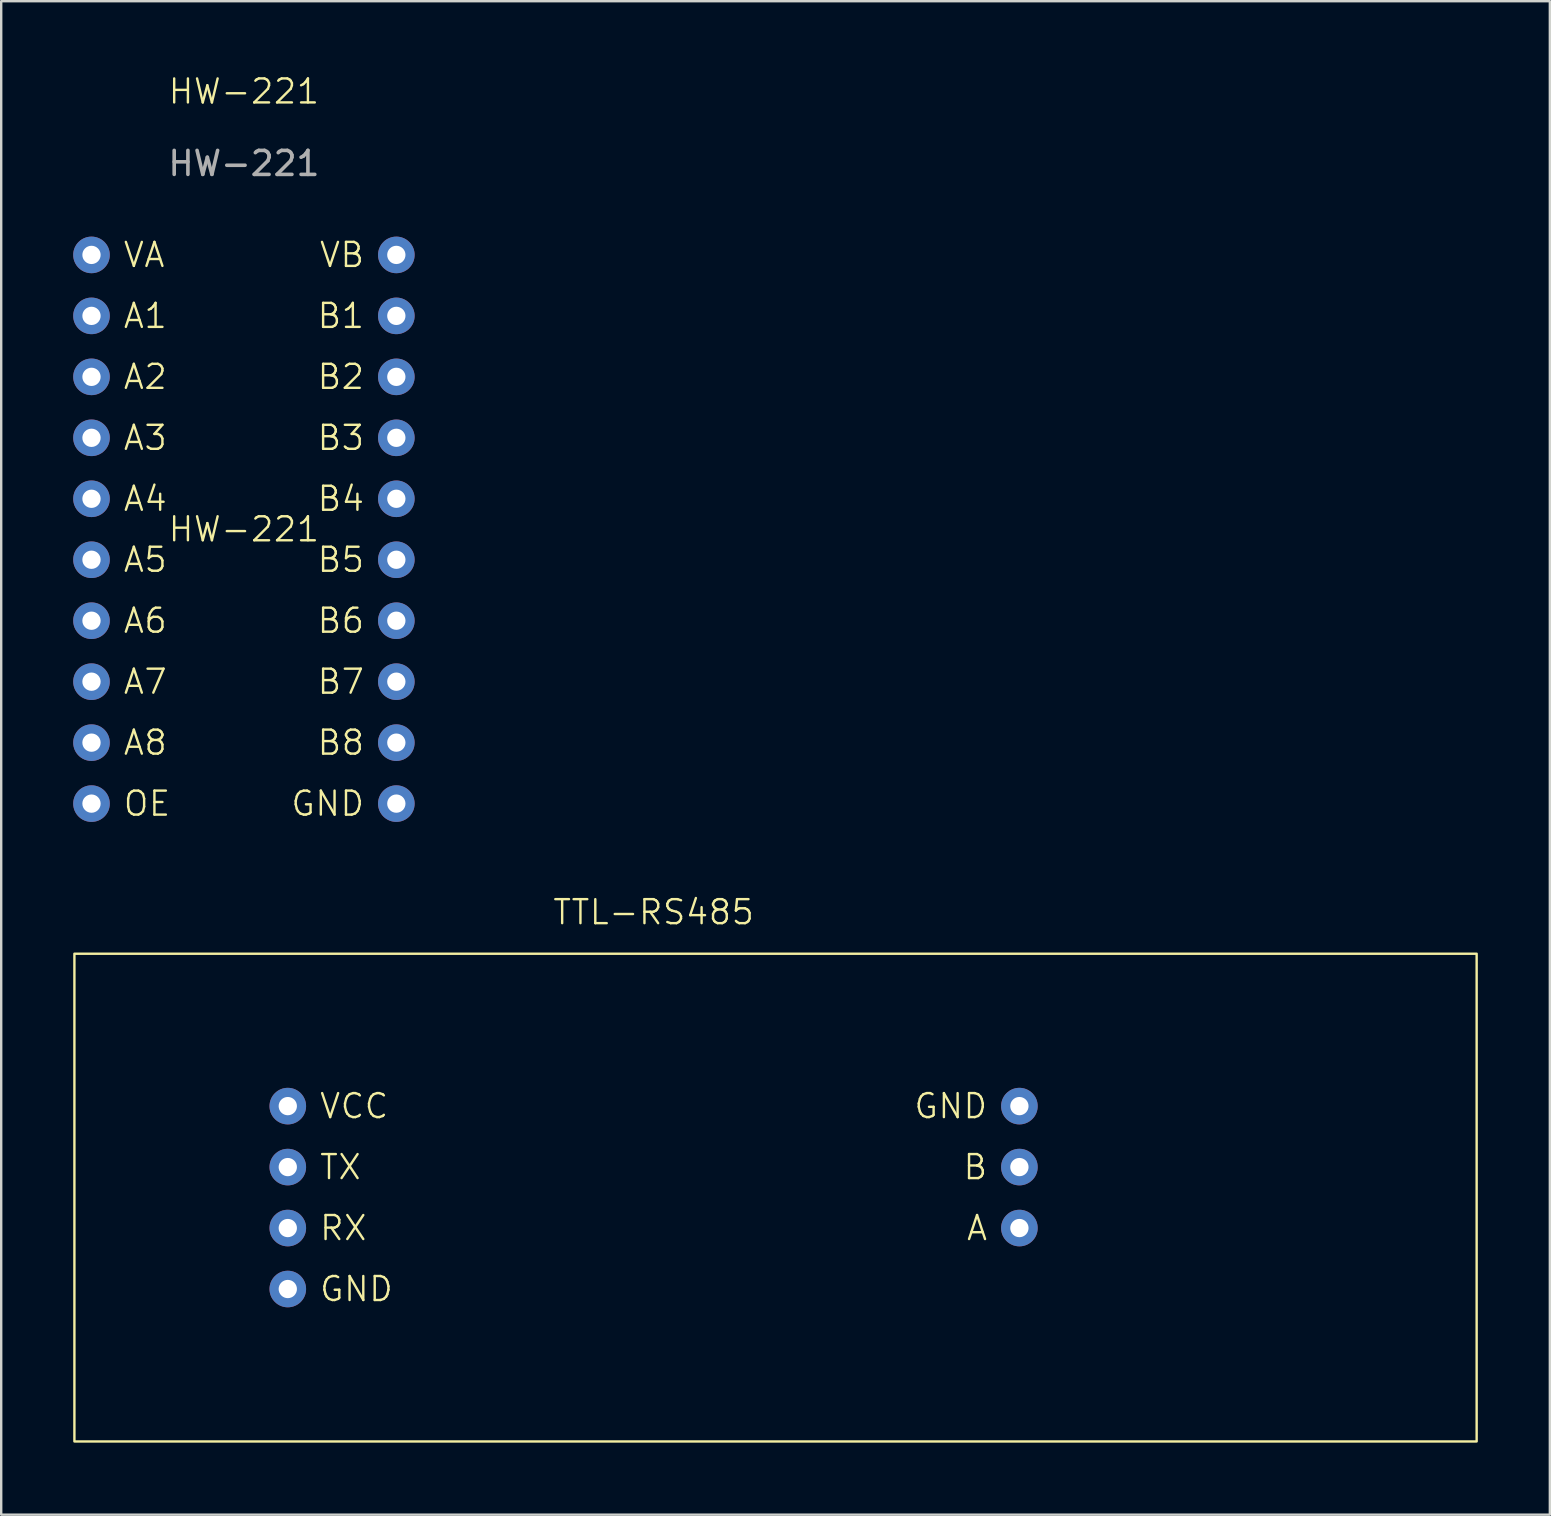
<source format=kicad_pcb>
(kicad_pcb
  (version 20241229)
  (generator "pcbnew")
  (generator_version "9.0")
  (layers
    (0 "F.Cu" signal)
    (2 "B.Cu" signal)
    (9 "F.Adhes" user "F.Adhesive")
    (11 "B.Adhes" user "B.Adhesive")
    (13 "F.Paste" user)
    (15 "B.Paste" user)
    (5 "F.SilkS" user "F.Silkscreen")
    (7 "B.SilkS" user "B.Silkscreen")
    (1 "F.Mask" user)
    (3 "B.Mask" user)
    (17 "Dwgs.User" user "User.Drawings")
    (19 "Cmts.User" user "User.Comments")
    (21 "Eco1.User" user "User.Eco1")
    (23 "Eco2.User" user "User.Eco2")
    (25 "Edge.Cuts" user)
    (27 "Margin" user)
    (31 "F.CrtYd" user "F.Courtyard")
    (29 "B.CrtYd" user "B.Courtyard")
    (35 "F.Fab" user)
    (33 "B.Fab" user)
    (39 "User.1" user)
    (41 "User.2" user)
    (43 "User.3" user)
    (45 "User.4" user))
  (footprint "HW-221"
    (layer "F.Cu")
    (at 7.112 19)
    (property "Reference" "HW-221" (at 0 -18.24 0) (unlocked yes) (layer "F.SilkS") (effects (font (size 1 1) (thickness 0.1))))
    (attr through_hole)
    (fp_text user "B1" (at 5.08 -8.89 0) (unlocked yes) (layer "F.SilkS") (effects (font (size 1 1) (thickness 0.1)) (justify right)))
    (fp_text user "B7" (at 5.08 6.35 0) (unlocked yes) (layer "F.SilkS") (effects (font (size 1 1) (thickness 0.1)) (justify right)))
    (fp_text user "A6" (at -5.08 3.81 0) (unlocked yes) (layer "F.SilkS") (effects (font (size 1 1) (thickness 0.1)) (justify left)))
    (fp_text user "B2" (at 5.08 -6.35 0) (unlocked yes) (layer "F.SilkS") (effects (font (size 1 1) (thickness 0.1)) (justify right)))
    (fp_text user "B6" (at 5.08 3.81 0) (unlocked yes) (layer "F.SilkS") (effects (font (size 1 1) (thickness 0.1)) (justify right)))
    (fp_text user "VB" (at 5.08 -11.43 0) (unlocked yes) (layer "F.SilkS") (effects (font (size 1 1) (thickness 0.1)) (justify right)))
    (fp_text user "A5" (at -5.08 1.27 0) (unlocked yes) (layer "F.SilkS") (effects (font (size 1 1) (thickness 0.1)) (justify left)))
    (fp_text user "VA" (at -5.08 -11.43 0) (unlocked yes) (layer "F.SilkS") (effects (font (size 1 1) (thickness 0.1)) (justify left)))
    (fp_text user "A3" (at -5.08 -3.81 0) (unlocked yes) (layer "F.SilkS") (effects (font (size 1 1) (thickness 0.1)) (justify left)))
    (fp_text user "OE" (at -5.08 11.43 0) (unlocked yes) (layer "F.SilkS") (effects (font (size 1 1) (thickness 0.1)) (justify left)))
    (fp_text user "A8" (at -5.08 8.89 0) (unlocked yes) (layer "F.SilkS") (effects (font (size 1 1) (thickness 0.1)) (justify left)))
    (fp_text user "A2" (at -5.08 -6.35 0) (unlocked yes) (layer "F.SilkS") (effects (font (size 1 1) (thickness 0.1)) (justify left)))
    (fp_text user "B3" (at 5.08 -3.81 0) (unlocked yes) (layer "F.SilkS") (effects (font (size 1 1) (thickness 0.1)) (justify right)))
    (fp_text user "HW-221" (at 0 0 0) (unlocked yes) (layer "F.SilkS") (effects (font (size 1 1) (thickness 0.1))))
    (fp_text user "A4" (at -5.08 -1.27 0) (unlocked yes) (layer "F.SilkS") (effects (font (size 1 1) (thickness 0.1)) (justify left)))
    (fp_text user "B5" (at 5.08 1.27 0) (unlocked yes) (layer "F.SilkS") (effects (font (size 1 1) (thickness 0.1)) (justify right)))
    (fp_text user "A1" (at -5.08 -8.89 0) (unlocked yes) (layer "F.SilkS") (effects (font (size 1 1) (thickness 0.1)) (justify left)))
    (fp_text user "GND" (at 5.08 11.43 0) (unlocked yes) (layer "F.SilkS") (effects (font (size 1 1) (thickness 0.1)) (justify right)))
    (fp_text user "B4" (at 5.08 -1.27 0) (unlocked yes) (layer "F.SilkS") (effects (font (size 1 1) (thickness 0.1)) (justify right)))
    (fp_text user "A7" (at -5.08 6.35 0) (unlocked yes) (layer "F.SilkS") (effects (font (size 1 1) (thickness 0.1)) (justify left)))
    (fp_text user "B8" (at 5.08 8.89 0) (unlocked yes) (layer "F.SilkS") (effects (font (size 1 1) (thickness 0.1)) (justify right)))
    (fp_text user "${REFERENCE}" (at 0 -15.24 0) (unlocked yes) (layer "F.Fab") (effects (font (size 1 1) (thickness 0.15))))
    (pad "1" thru_hole circle (at -6.35 -11.43) (size 1.524 1.524) (drill 0.762) (layers "*.Cu" "*.Mask"))
    (pad "2" thru_hole circle (at -6.35 -8.89) (size 1.524 1.524) (drill 0.762) (layers "*.Cu" "*.Mask"))
    (pad "3" thru_hole circle (at -6.35 -6.35) (size 1.524 1.524) (drill 0.762) (layers "*.Cu" "*.Mask"))
    (pad "4" thru_hole circle (at -6.35 -3.81) (size 1.524 1.524) (drill 0.762) (layers "*.Cu" "*.Mask"))
    (pad "5" thru_hole circle (at -6.35 -1.27) (size 1.524 1.524) (drill 0.762) (layers "*.Cu" "*.Mask"))
    (pad "6" thru_hole circle (at -6.35 1.27) (size 1.524 1.524) (drill 0.762) (layers "*.Cu" "*.Mask"))
    (pad "7" thru_hole circle (at -6.35 3.81) (size 1.524 1.524) (drill 0.762) (layers "*.Cu" "*.Mask"))
    (pad "8" thru_hole circle (at -6.35 6.35) (size 1.524 1.524) (drill 0.762) (layers "*.Cu" "*.Mask"))
    (pad "9" thru_hole circle (at -6.35 8.89) (size 1.524 1.524) (drill 0.762) (layers "*.Cu" "*.Mask"))
    (pad "10" thru_hole circle (at -6.35 11.43) (size 1.524 1.524) (drill 0.762) (layers "*.Cu" "*.Mask"))
    (pad "11" thru_hole circle (at 6.35 -11.43) (size 1.524 1.524) (drill 0.762) (layers "*.Cu" "*.Mask"))
    (pad "12" thru_hole circle (at 6.35 -8.89) (size 1.524 1.524) (drill 0.762) (layers "*.Cu" "*.Mask"))
    (pad "13" thru_hole circle (at 6.35 -6.35) (size 1.524 1.524) (drill 0.762) (layers "*.Cu" "*.Mask"))
    (pad "14" thru_hole circle (at 6.35 -3.81) (size 1.524 1.524) (drill 0.762) (layers "*.Cu" "*.Mask"))
    (pad "15" thru_hole circle (at 6.35 -1.27) (size 1.524 1.524) (drill 0.762) (layers "*.Cu" "*.Mask"))
    (pad "16" thru_hole circle (at 6.35 1.27) (size 1.524 1.524) (drill 0.762) (layers "*.Cu" "*.Mask"))
    (pad "17" thru_hole circle (at 6.35 3.81) (size 1.524 1.524) (drill 0.762) (layers "*.Cu" "*.Mask"))
    (pad "18" thru_hole circle (at 6.35 6.35) (size 1.524 1.524) (drill 0.762) (layers "*.Cu" "*.Mask"))
    (pad "19" thru_hole circle (at 6.35 8.89) (size 1.524 1.524) (drill 0.762) (layers "*.Cu" "*.Mask"))
    (pad "20" thru_hole circle (at 6.35 11.43) (size 1.524 1.524) (drill 0.762) (layers "*.Cu" "*.Mask")))
  (footprint "TTL-RS485"
    (layer "F.Cu")
    (at 24.18 46.843)
    (property "Reference" "TTL-RS485" (at 0 -11.89 0) (unlocked yes) (layer "F.SilkS") (effects (font (size 1 1) (thickness 0.1))))
    (attr through_hole)
    (fp_rect (start -24.13 -10.16) (end 34.29 10.16) (stroke (width 0.1) (type default)) (fill no) (layer "F.SilkS"))
    (fp_text user "GND" (at 13.97 -3.81 0) (unlocked yes) (layer "F.SilkS") (effects (font (size 1 1) (thickness 0.1)) (justify right)))
    (fp_text user "GND" (at -13.97 3.81 0) (unlocked yes) (layer "F.SilkS") (effects (font (size 1 1) (thickness 0.1)) (justify left)))
    (fp_text user "TX" (at -13.97 -1.27 0) (unlocked yes) (layer "F.SilkS") (effects (font (size 1 1) (thickness 0.1)) (justify left)))
    (fp_text user "VCC" (at -13.97 -3.81 0) (unlocked yes) (layer "F.SilkS") (effects (font (size 1 1) (thickness 0.1)) (justify left)))
    (fp_text user "B" (at 13.97 -1.27 0) (unlocked yes) (layer "F.SilkS") (effects (font (size 1 1) (thickness 0.1)) (justify right)))
    (fp_text user "A" (at 13.97 1.27 0) (unlocked yes) (layer "F.SilkS") (effects (font (size 1 1) (thickness 0.1)) (justify right)))
    (fp_text user "RX" (at -13.97 1.27 0) (unlocked yes) (layer "F.SilkS") (effects (font (size 1 1) (thickness 0.1)) (justify left)))
    (pad "1" thru_hole circle (at -15.24 -3.81) (size 1.524 1.524) (drill 0.762) (layers "*.Cu" "*.Mask"))
    (pad "2" thru_hole circle (at -15.24 -1.27) (size 1.524 1.524) (drill 0.762) (layers "*.Cu" "*.Mask"))
    (pad "3" thru_hole circle (at -15.24 1.27) (size 1.524 1.524) (drill 0.762) (layers "*.Cu" "*.Mask"))
    (pad "4" thru_hole circle (at -15.24 3.81) (size 1.524 1.524) (drill 0.762) (layers "*.Cu" "*.Mask"))
    (pad "5" thru_hole circle (at 15.24 1.27) (size 1.524 1.524) (drill 0.762) (layers "*.Cu" "*.Mask"))
    (pad "6" thru_hole circle (at 15.24 -1.27) (size 1.524 1.524) (drill 0.762) (layers "*.Cu" "*.Mask"))
    (pad "7" thru_hole circle (at 15.24 -3.81) (size 1.524 1.524) (drill 0.762) (layers "*.Cu" "*.Mask")))
  (gr_rect
    (start -3 -3)
    (end 61.52 60.053)
    (stroke (width 0.1) (type default))
    (fill no)
    (layer "Edge.Cuts")))
</source>
